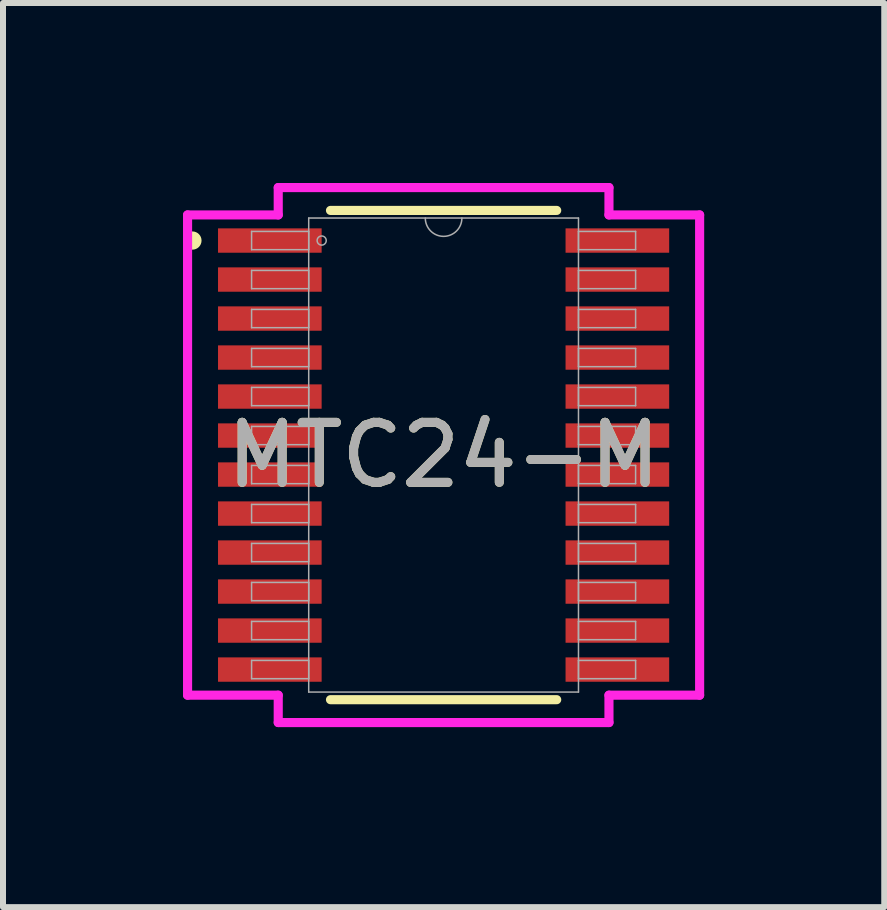
<source format=kicad_pcb>
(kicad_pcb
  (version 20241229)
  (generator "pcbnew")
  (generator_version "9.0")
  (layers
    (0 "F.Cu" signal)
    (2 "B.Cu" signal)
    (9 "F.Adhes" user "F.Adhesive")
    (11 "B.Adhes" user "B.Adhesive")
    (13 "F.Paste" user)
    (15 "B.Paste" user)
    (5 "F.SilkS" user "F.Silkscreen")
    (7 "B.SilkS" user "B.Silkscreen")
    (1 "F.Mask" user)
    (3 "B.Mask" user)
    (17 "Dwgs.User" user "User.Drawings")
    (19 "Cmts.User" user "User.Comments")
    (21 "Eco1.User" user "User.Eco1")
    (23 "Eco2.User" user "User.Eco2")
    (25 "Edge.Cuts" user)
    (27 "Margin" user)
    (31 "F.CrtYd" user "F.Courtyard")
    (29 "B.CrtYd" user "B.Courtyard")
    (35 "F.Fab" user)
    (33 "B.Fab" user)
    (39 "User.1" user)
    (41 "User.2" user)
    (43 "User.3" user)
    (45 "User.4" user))
  (footprint "MTC24-M"
    (layer "F.Cu")
    (at 4.343 4.534)
    (property "Reference" "MTC24-M" (at 0 0 0) (unlocked yes) (layer "F.SilkS") (effects (font (size 1 1) (thickness 0.15))))
    (attr smd)
    (fp_line (start -1.885 4.077) (end 1.885 4.077) (stroke (width 0.152) (type solid)) (layer "F.SilkS"))
    (fp_line (start 1.885 -4.077) (end -1.885 -4.077) (stroke (width 0.152) (type solid)) (layer "F.SilkS"))
    (fp_circle (center -4.186 -3.575) (end -4.11 -3.575) (stroke (width 0.152) (type solid)) (fill no) (layer "F.SilkS"))
    (fp_line (start -4.267 -4.002) (end -2.756 -4.002) (stroke (width 0.152) (type solid)) (layer "F.CrtYd"))
    (fp_line (start -4.267 4.002) (end -4.267 -4.002) (stroke (width 0.152) (type solid)) (layer "F.CrtYd"))
    (fp_line (start -4.267 4.002) (end -2.756 4.002) (stroke (width 0.152) (type solid)) (layer "F.CrtYd"))
    (fp_line (start -2.756 -4.458) (end 2.756 -4.458) (stroke (width 0.152) (type solid)) (layer "F.CrtYd"))
    (fp_line (start -2.756 -4.002) (end -2.756 -4.458) (stroke (width 0.152) (type solid)) (layer "F.CrtYd"))
    (fp_line (start -2.756 4.458) (end -2.756 4.002) (stroke (width 0.152) (type solid)) (layer "F.CrtYd"))
    (fp_line (start 2.756 -4.458) (end 2.756 -4.002) (stroke (width 0.152) (type solid)) (layer "F.CrtYd"))
    (fp_line (start 2.756 4.002) (end 2.756 4.458) (stroke (width 0.152) (type solid)) (layer "F.CrtYd"))
    (fp_line (start 2.756 4.458) (end -2.756 4.458) (stroke (width 0.152) (type solid)) (layer "F.CrtYd"))
    (fp_line (start 4.267 -4.002) (end 2.756 -4.002) (stroke (width 0.152) (type solid)) (layer "F.CrtYd"))
    (fp_line (start 4.267 -4.002) (end 4.267 4.002) (stroke (width 0.152) (type solid)) (layer "F.CrtYd"))
    (fp_line (start 4.267 4.002) (end 2.756 4.002) (stroke (width 0.152) (type solid)) (layer "F.CrtYd"))
    (fp_line (start -3.2 -3.727) (end -3.2 -3.423) (stroke (width 0.025) (type solid)) (layer "F.Fab"))
    (fp_line (start -3.2 -3.423) (end -2.248 -3.423) (stroke (width 0.025) (type solid)) (layer "F.Fab"))
    (fp_line (start -3.2 -3.077) (end -3.2 -2.773) (stroke (width 0.025) (type solid)) (layer "F.Fab"))
    (fp_line (start -3.2 -2.773) (end -2.248 -2.773) (stroke (width 0.025) (type solid)) (layer "F.Fab"))
    (fp_line (start -3.2 -2.427) (end -3.2 -2.123) (stroke (width 0.025) (type solid)) (layer "F.Fab"))
    (fp_line (start -3.2 -2.123) (end -2.248 -2.123) (stroke (width 0.025) (type solid)) (layer "F.Fab"))
    (fp_line (start -3.2 -1.777) (end -3.2 -1.473) (stroke (width 0.025) (type solid)) (layer "F.Fab"))
    (fp_line (start -3.2 -1.473) (end -2.248 -1.473) (stroke (width 0.025) (type solid)) (layer "F.Fab"))
    (fp_line (start -3.2 -1.127) (end -3.2 -0.823) (stroke (width 0.025) (type solid)) (layer "F.Fab"))
    (fp_line (start -3.2 -0.823) (end -2.248 -0.823) (stroke (width 0.025) (type solid)) (layer "F.Fab"))
    (fp_line (start -3.2 -0.477) (end -3.2 -0.173) (stroke (width 0.025) (type solid)) (layer "F.Fab"))
    (fp_line (start -3.2 -0.173) (end -2.248 -0.173) (stroke (width 0.025) (type solid)) (layer "F.Fab"))
    (fp_line (start -3.2 0.173) (end -3.2 0.477) (stroke (width 0.025) (type solid)) (layer "F.Fab"))
    (fp_line (start -3.2 0.477) (end -2.248 0.477) (stroke (width 0.025) (type solid)) (layer "F.Fab"))
    (fp_line (start -3.2 0.823) (end -3.2 1.127) (stroke (width 0.025) (type solid)) (layer "F.Fab"))
    (fp_line (start -3.2 1.127) (end -2.248 1.127) (stroke (width 0.025) (type solid)) (layer "F.Fab"))
    (fp_line (start -3.2 1.473) (end -3.2 1.777) (stroke (width 0.025) (type solid)) (layer "F.Fab"))
    (fp_line (start -3.2 1.777) (end -2.248 1.777) (stroke (width 0.025) (type solid)) (layer "F.Fab"))
    (fp_line (start -3.2 2.123) (end -3.2 2.427) (stroke (width 0.025) (type solid)) (layer "F.Fab"))
    (fp_line (start -3.2 2.427) (end -2.248 2.427) (stroke (width 0.025) (type solid)) (layer "F.Fab"))
    (fp_line (start -3.2 2.773) (end -3.2 3.077) (stroke (width 0.025) (type solid)) (layer "F.Fab"))
    (fp_line (start -3.2 3.077) (end -2.248 3.077) (stroke (width 0.025) (type solid)) (layer "F.Fab"))
    (fp_line (start -3.2 3.423) (end -3.2 3.727) (stroke (width 0.025) (type solid)) (layer "F.Fab"))
    (fp_line (start -3.2 3.727) (end -2.248 3.727) (stroke (width 0.025) (type solid)) (layer "F.Fab"))
    (fp_line (start -2.248 -3.95) (end -2.248 3.95) (stroke (width 0.025) (type solid)) (layer "F.Fab"))
    (fp_line (start -2.248 -3.727) (end -3.2 -3.727) (stroke (width 0.025) (type solid)) (layer "F.Fab"))
    (fp_line (start -2.248 -3.423) (end -2.248 -3.727) (stroke (width 0.025) (type solid)) (layer "F.Fab"))
    (fp_line (start -2.248 -3.077) (end -3.2 -3.077) (stroke (width 0.025) (type solid)) (layer "F.Fab"))
    (fp_line (start -2.248 -2.773) (end -2.248 -3.077) (stroke (width 0.025) (type solid)) (layer "F.Fab"))
    (fp_line (start -2.248 -2.427) (end -3.2 -2.427) (stroke (width 0.025) (type solid)) (layer "F.Fab"))
    (fp_line (start -2.248 -2.123) (end -2.248 -2.427) (stroke (width 0.025) (type solid)) (layer "F.Fab"))
    (fp_line (start -2.248 -1.777) (end -3.2 -1.777) (stroke (width 0.025) (type solid)) (layer "F.Fab"))
    (fp_line (start -2.248 -1.473) (end -2.248 -1.777) (stroke (width 0.025) (type solid)) (layer "F.Fab"))
    (fp_line (start -2.248 -1.127) (end -3.2 -1.127) (stroke (width 0.025) (type solid)) (layer "F.Fab"))
    (fp_line (start -2.248 -0.823) (end -2.248 -1.127) (stroke (width 0.025) (type solid)) (layer "F.Fab"))
    (fp_line (start -2.248 -0.477) (end -3.2 -0.477) (stroke (width 0.025) (type solid)) (layer "F.Fab"))
    (fp_line (start -2.248 -0.173) (end -2.248 -0.477) (stroke (width 0.025) (type solid)) (layer "F.Fab"))
    (fp_line (start -2.248 0.173) (end -3.2 0.173) (stroke (width 0.025) (type solid)) (layer "F.Fab"))
    (fp_line (start -2.248 0.477) (end -2.248 0.173) (stroke (width 0.025) (type solid)) (layer "F.Fab"))
    (fp_line (start -2.248 0.823) (end -3.2 0.823) (stroke (width 0.025) (type solid)) (layer "F.Fab"))
    (fp_line (start -2.248 1.127) (end -2.248 0.823) (stroke (width 0.025) (type solid)) (layer "F.Fab"))
    (fp_line (start -2.248 1.473) (end -3.2 1.473) (stroke (width 0.025) (type solid)) (layer "F.Fab"))
    (fp_line (start -2.248 1.777) (end -2.248 1.473) (stroke (width 0.025) (type solid)) (layer "F.Fab"))
    (fp_line (start -2.248 2.123) (end -3.2 2.123) (stroke (width 0.025) (type solid)) (layer "F.Fab"))
    (fp_line (start -2.248 2.427) (end -2.248 2.123) (stroke (width 0.025) (type solid)) (layer "F.Fab"))
    (fp_line (start -2.248 2.773) (end -3.2 2.773) (stroke (width 0.025) (type solid)) (layer "F.Fab"))
    (fp_line (start -2.248 3.077) (end -2.248 2.773) (stroke (width 0.025) (type solid)) (layer "F.Fab"))
    (fp_line (start -2.248 3.423) (end -3.2 3.423) (stroke (width 0.025) (type solid)) (layer "F.Fab"))
    (fp_line (start -2.248 3.727) (end -2.248 3.423) (stroke (width 0.025) (type solid)) (layer "F.Fab"))
    (fp_line (start -2.248 3.95) (end 2.248 3.95) (stroke (width 0.025) (type solid)) (layer "F.Fab"))
    (fp_line (start 2.248 -3.95) (end -2.248 -3.95) (stroke (width 0.025) (type solid)) (layer "F.Fab"))
    (fp_line (start 2.248 -3.727) (end 2.248 -3.423) (stroke (width 0.025) (type solid)) (layer "F.Fab"))
    (fp_line (start 2.248 -3.423) (end 3.2 -3.423) (stroke (width 0.025) (type solid)) (layer "F.Fab"))
    (fp_line (start 2.248 -3.077) (end 2.248 -2.773) (stroke (width 0.025) (type solid)) (layer "F.Fab"))
    (fp_line (start 2.248 -2.773) (end 3.2 -2.773) (stroke (width 0.025) (type solid)) (layer "F.Fab"))
    (fp_line (start 2.248 -2.427) (end 2.248 -2.123) (stroke (width 0.025) (type solid)) (layer "F.Fab"))
    (fp_line (start 2.248 -2.123) (end 3.2 -2.123) (stroke (width 0.025) (type solid)) (layer "F.Fab"))
    (fp_line (start 2.248 -1.777) (end 2.248 -1.473) (stroke (width 0.025) (type solid)) (layer "F.Fab"))
    (fp_line (start 2.248 -1.473) (end 3.2 -1.473) (stroke (width 0.025) (type solid)) (layer "F.Fab"))
    (fp_line (start 2.248 -1.127) (end 2.248 -0.823) (stroke (width 0.025) (type solid)) (layer "F.Fab"))
    (fp_line (start 2.248 -0.823) (end 3.2 -0.823) (stroke (width 0.025) (type solid)) (layer "F.Fab"))
    (fp_line (start 2.248 -0.477) (end 2.248 -0.173) (stroke (width 0.025) (type solid)) (layer "F.Fab"))
    (fp_line (start 2.248 -0.173) (end 3.2 -0.173) (stroke (width 0.025) (type solid)) (layer "F.Fab"))
    (fp_line (start 2.248 0.173) (end 2.248 0.477) (stroke (width 0.025) (type solid)) (layer "F.Fab"))
    (fp_line (start 2.248 0.477) (end 3.2 0.477) (stroke (width 0.025) (type solid)) (layer "F.Fab"))
    (fp_line (start 2.248 0.823) (end 2.248 1.127) (stroke (width 0.025) (type solid)) (layer "F.Fab"))
    (fp_line (start 2.248 1.127) (end 3.2 1.127) (stroke (width 0.025) (type solid)) (layer "F.Fab"))
    (fp_line (start 2.248 1.473) (end 2.248 1.777) (stroke (width 0.025) (type solid)) (layer "F.Fab"))
    (fp_line (start 2.248 1.777) (end 3.2 1.777) (stroke (width 0.025) (type solid)) (layer "F.Fab"))
    (fp_line (start 2.248 2.123) (end 2.248 2.427) (stroke (width 0.025) (type solid)) (layer "F.Fab"))
    (fp_line (start 2.248 2.427) (end 3.2 2.427) (stroke (width 0.025) (type solid)) (layer "F.Fab"))
    (fp_line (start 2.248 2.773) (end 2.248 3.077) (stroke (width 0.025) (type solid)) (layer "F.Fab"))
    (fp_line (start 2.248 3.077) (end 3.2 3.077) (stroke (width 0.025) (type solid)) (layer "F.Fab"))
    (fp_line (start 2.248 3.423) (end 2.248 3.727) (stroke (width 0.025) (type solid)) (layer "F.Fab"))
    (fp_line (start 2.248 3.727) (end 3.2 3.727) (stroke (width 0.025) (type solid)) (layer "F.Fab"))
    (fp_line (start 2.248 3.95) (end 2.248 -3.95) (stroke (width 0.025) (type solid)) (layer "F.Fab"))
    (fp_line (start 3.2 -3.727) (end 2.248 -3.727) (stroke (width 0.025) (type solid)) (layer "F.Fab"))
    (fp_line (start 3.2 -3.423) (end 3.2 -3.727) (stroke (width 0.025) (type solid)) (layer "F.Fab"))
    (fp_line (start 3.2 -3.077) (end 2.248 -3.077) (stroke (width 0.025) (type solid)) (layer "F.Fab"))
    (fp_line (start 3.2 -2.773) (end 3.2 -3.077) (stroke (width 0.025) (type solid)) (layer "F.Fab"))
    (fp_line (start 3.2 -2.427) (end 2.248 -2.427) (stroke (width 0.025) (type solid)) (layer "F.Fab"))
    (fp_line (start 3.2 -2.123) (end 3.2 -2.427) (stroke (width 0.025) (type solid)) (layer "F.Fab"))
    (fp_line (start 3.2 -1.777) (end 2.248 -1.777) (stroke (width 0.025) (type solid)) (layer "F.Fab"))
    (fp_line (start 3.2 -1.473) (end 3.2 -1.777) (stroke (width 0.025) (type solid)) (layer "F.Fab"))
    (fp_line (start 3.2 -1.127) (end 2.248 -1.127) (stroke (width 0.025) (type solid)) (layer "F.Fab"))
    (fp_line (start 3.2 -0.823) (end 3.2 -1.127) (stroke (width 0.025) (type solid)) (layer "F.Fab"))
    (fp_line (start 3.2 -0.477) (end 2.248 -0.477) (stroke (width 0.025) (type solid)) (layer "F.Fab"))
    (fp_line (start 3.2 -0.173) (end 3.2 -0.477) (stroke (width 0.025) (type solid)) (layer "F.Fab"))
    (fp_line (start 3.2 0.173) (end 2.248 0.173) (stroke (width 0.025) (type solid)) (layer "F.Fab"))
    (fp_line (start 3.2 0.477) (end 3.2 0.173) (stroke (width 0.025) (type solid)) (layer "F.Fab"))
    (fp_line (start 3.2 0.823) (end 2.248 0.823) (stroke (width 0.025) (type solid)) (layer "F.Fab"))
    (fp_line (start 3.2 1.127) (end 3.2 0.823) (stroke (width 0.025) (type solid)) (layer "F.Fab"))
    (fp_line (start 3.2 1.473) (end 2.248 1.473) (stroke (width 0.025) (type solid)) (layer "F.Fab"))
    (fp_line (start 3.2 1.777) (end 3.2 1.473) (stroke (width 0.025) (type solid)) (layer "F.Fab"))
    (fp_line (start 3.2 2.123) (end 2.248 2.123) (stroke (width 0.025) (type solid)) (layer "F.Fab"))
    (fp_line (start 3.2 2.427) (end 3.2 2.123) (stroke (width 0.025) (type solid)) (layer "F.Fab"))
    (fp_line (start 3.2 2.773) (end 2.248 2.773) (stroke (width 0.025) (type solid)) (layer "F.Fab"))
    (fp_line (start 3.2 3.077) (end 3.2 2.773) (stroke (width 0.025) (type solid)) (layer "F.Fab"))
    (fp_line (start 3.2 3.423) (end 2.248 3.423) (stroke (width 0.025) (type solid)) (layer "F.Fab"))
    (fp_line (start 3.2 3.727) (end 3.2 3.423) (stroke (width 0.025) (type solid)) (layer "F.Fab"))
    (fp_arc (start 0.3048 -3.9497) (mid 0 -3.6449) (end -0.3048 -3.9497) (stroke (width 0.0254) (type solid)) (layer "F.Fab"))
    (fp_circle (center -2.032 -3.575) (end -1.956 -3.575) (stroke (width 0.025) (type solid)) (fill no) (layer "F.Fab"))
    (fp_text user "${REFERENCE}" (at 0 0 0) (unlocked yes) (layer "F.Fab") (effects (font (size 1 1) (thickness 0.15))))
    (pad "1" smd rect (at -2.896 -3.575) (size 1.727 0.406) (layers "F.Cu" "F.Mask" "F.Paste"))
    (pad "2" smd rect (at -2.896 -2.925) (size 1.727 0.406) (layers "F.Cu" "F.Mask" "F.Paste"))
    (pad "3" smd rect (at -2.896 -2.275) (size 1.727 0.406) (layers "F.Cu" "F.Mask" "F.Paste"))
    (pad "4" smd rect (at -2.896 -1.625) (size 1.727 0.406) (layers "F.Cu" "F.Mask" "F.Paste"))
    (pad "5" smd rect (at -2.896 -0.975) (size 1.727 0.406) (layers "F.Cu" "F.Mask" "F.Paste"))
    (pad "6" smd rect (at -2.896 -0.325) (size 1.727 0.406) (layers "F.Cu" "F.Mask" "F.Paste"))
    (pad "7" smd rect (at -2.896 0.325) (size 1.727 0.406) (layers "F.Cu" "F.Mask" "F.Paste"))
    (pad "8" smd rect (at -2.896 0.975) (size 1.727 0.406) (layers "F.Cu" "F.Mask" "F.Paste"))
    (pad "9" smd rect (at -2.896 1.625) (size 1.727 0.406) (layers "F.Cu" "F.Mask" "F.Paste"))
    (pad "10" smd rect (at -2.896 2.275) (size 1.727 0.406) (layers "F.Cu" "F.Mask" "F.Paste"))
    (pad "11" smd rect (at -2.896 2.925) (size 1.727 0.406) (layers "F.Cu" "F.Mask" "F.Paste"))
    (pad "12" smd rect (at -2.896 3.575) (size 1.727 0.406) (layers "F.Cu" "F.Mask" "F.Paste"))
    (pad "13" smd rect (at 2.896 3.575) (size 1.727 0.406) (layers "F.Cu" "F.Mask" "F.Paste"))
    (pad "14" smd rect (at 2.896 2.925) (size 1.727 0.406) (layers "F.Cu" "F.Mask" "F.Paste"))
    (pad "15" smd rect (at 2.896 2.275) (size 1.727 0.406) (layers "F.Cu" "F.Mask" "F.Paste"))
    (pad "16" smd rect (at 2.896 1.625) (size 1.727 0.406) (layers "F.Cu" "F.Mask" "F.Paste"))
    (pad "17" smd rect (at 2.896 0.975) (size 1.727 0.406) (layers "F.Cu" "F.Mask" "F.Paste"))
    (pad "18" smd rect (at 2.896 0.325) (size 1.727 0.406) (layers "F.Cu" "F.Mask" "F.Paste"))
    (pad "19" smd rect (at 2.896 -0.325) (size 1.727 0.406) (layers "F.Cu" "F.Mask" "F.Paste"))
    (pad "20" smd rect (at 2.896 -0.975) (size 1.727 0.406) (layers "F.Cu" "F.Mask" "F.Paste"))
    (pad "21" smd rect (at 2.896 -1.625) (size 1.727 0.406) (layers "F.Cu" "F.Mask" "F.Paste"))
    (pad "22" smd rect (at 2.896 -2.275) (size 1.727 0.406) (layers "F.Cu" "F.Mask" "F.Paste"))
    (pad "23" smd rect (at 2.896 -2.925) (size 1.727 0.406) (layers "F.Cu" "F.Mask" "F.Paste"))
    (pad "24" smd rect (at 2.896 -3.575) (size 1.727 0.406) (layers "F.Cu" "F.Mask" "F.Paste")))
  (gr_rect
    (start -3 -3)
    (end 11.687 12.068)
    (stroke (width 0.1) (type default))
    (fill no)
    (layer "Edge.Cuts")))
</source>
